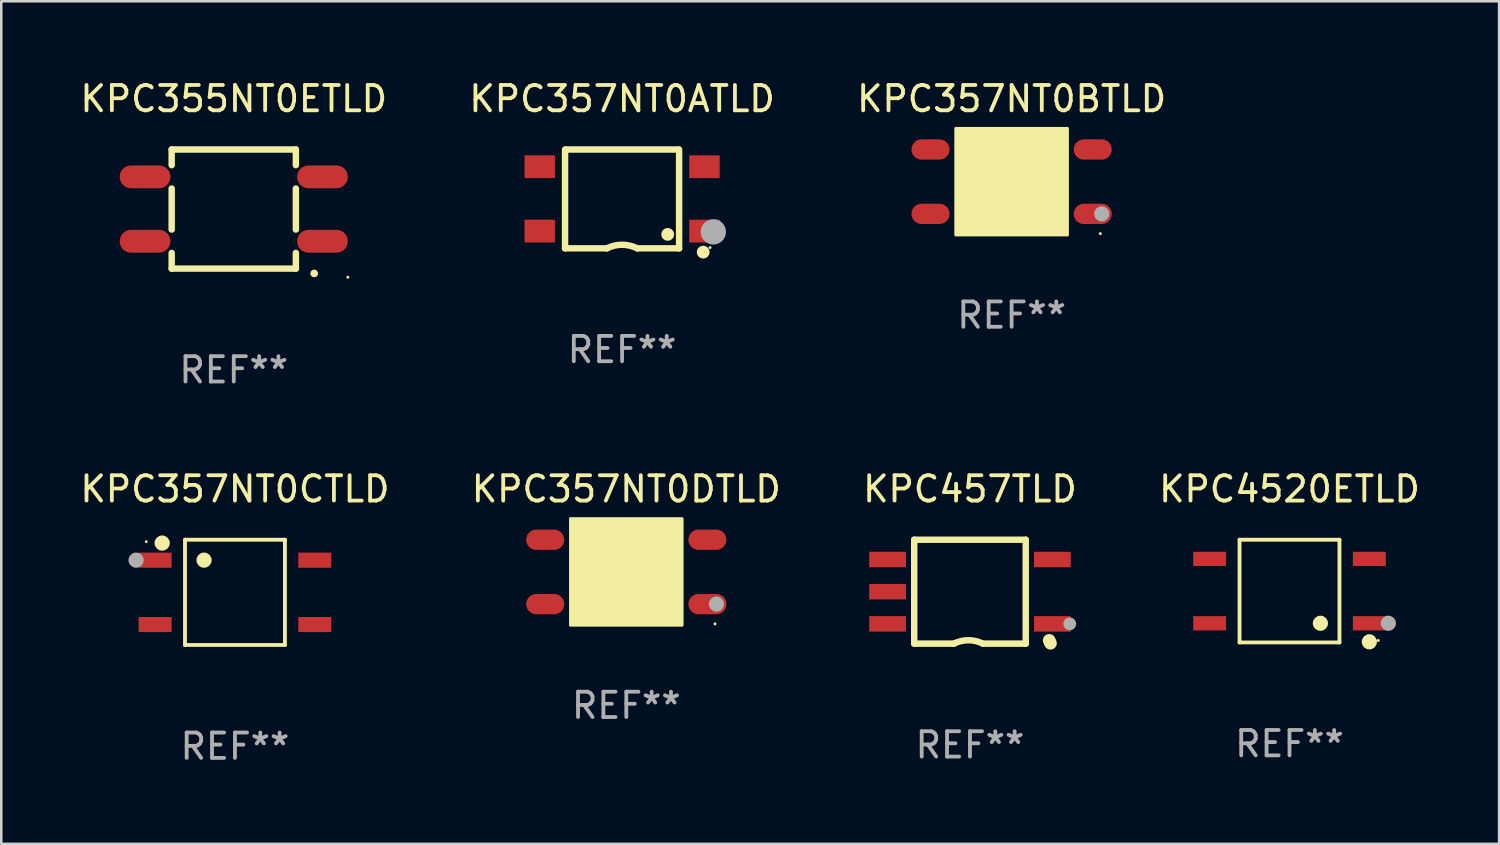
<source format=kicad_pcb>
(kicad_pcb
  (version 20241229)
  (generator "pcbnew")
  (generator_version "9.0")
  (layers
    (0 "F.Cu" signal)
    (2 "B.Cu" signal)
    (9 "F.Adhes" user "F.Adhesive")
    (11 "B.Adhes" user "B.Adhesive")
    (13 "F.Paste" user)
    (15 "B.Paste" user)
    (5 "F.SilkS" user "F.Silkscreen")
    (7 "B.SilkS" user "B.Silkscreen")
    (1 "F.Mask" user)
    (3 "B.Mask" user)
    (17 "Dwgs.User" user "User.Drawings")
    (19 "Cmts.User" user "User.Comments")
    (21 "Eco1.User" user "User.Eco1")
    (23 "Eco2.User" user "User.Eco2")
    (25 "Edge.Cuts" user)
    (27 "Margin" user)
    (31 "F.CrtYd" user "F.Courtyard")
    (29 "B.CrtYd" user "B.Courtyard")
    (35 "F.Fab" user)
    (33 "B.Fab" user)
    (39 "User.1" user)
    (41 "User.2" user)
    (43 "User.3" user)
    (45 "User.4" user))
  (footprint "KPC457TLD"
    (layer "F.Cu")
    (at 35.22 20.295)
    (property "Reference" "KPC457TLD" (at 0 -4.05 0) (layer "F.SilkS") (effects (font (size 1 1) (thickness 0.15))))
    (attr through_hole)
    (fp_line (start -2.2 -2.05) (end 2.2 -2.05) (stroke (width 0.254) (type solid)) (layer "F.SilkS"))
    (fp_line (start -2.2 2.05) (end -2.2 -2.05) (stroke (width 0.254) (type solid)) (layer "F.SilkS"))
    (fp_line (start -2.2 2.05) (end -0.635 2.05) (stroke (width 0.254) (type solid)) (layer "F.SilkS"))
    (fp_line (start 2.2 -2.05) (end 2.2 2.05) (stroke (width 0.254) (type solid)) (layer "F.SilkS"))
    (fp_line (start 2.2 2.05) (end 0.508 2.05) (stroke (width 0.254) (type solid)) (layer "F.SilkS"))
    (fp_arc (start -0.635052 2.049987) (mid -0.062965 1.914796) (end 0.509169 2.049784) (stroke (width 0.254001) (type solid)) (layer "F.SilkS"))
    (fp_circle (center 3.127 1.923) (end 3.254 1.923) (stroke (width 0.254) (type solid)) (fill no) (layer "F.SilkS"))
    (fp_circle (center 3.175 2.032) (end 3.302 2.032) (stroke (width 0.254) (type solid)) (fill no) (layer "F.SilkS"))
    (fp_circle (center 3.937 1.27) (end 4.064 1.27) (stroke (width 0.254) (type solid)) (fill no) (layer "F.Fab"))
    (fp_text user "REF**" (at 0 6.05 0) (layer "F.Fab") (effects (font (size 1 1) (thickness 0.15))))
    (pad "1" smd rect (at 3.25 1.27 180) (size 1.45 0.61) (layers "F.Cu" "F.Mask" "F.Paste"))
    (pad "3" smd rect (at 3.25 -1.27 180) (size 1.45 0.61) (layers "F.Cu" "F.Mask" "F.Paste"))
    (pad "4" smd rect (at -3.25 -1.27 180) (size 1.45 0.61) (layers "F.Cu" "F.Mask" "F.Paste"))
    (pad "5" smd rect (at -3.25 0 180) (size 1.45 0.61) (layers "F.Cu" "F.Mask" "F.Paste"))
    (pad "6" smd rect (at -3.25 1.27 180) (size 1.45 0.61) (layers "F.Cu" "F.Mask" "F.Paste")))
  (footprint "KPC355NT0ETLD"
    (layer "F.Cu")
    (at 6.173 5.198)
    (property "Reference" "KPC355NT0ETLD" (at 0 -4.35 0) (layer "F.SilkS") (effects (font (size 1 1) (thickness 0.15))))
    (attr through_hole)
    (fp_line (start -2.45 -2.35) (end 2.45 -2.35) (stroke (width 0.254) (type solid)) (layer "F.SilkS"))
    (fp_line (start -2.45 -1.731) (end -2.45 -2.35) (stroke (width 0.254) (type solid)) (layer "F.SilkS"))
    (fp_line (start -2.45 0.809) (end -2.45 -0.809) (stroke (width 0.254) (type solid)) (layer "F.SilkS"))
    (fp_line (start -2.45 2.35) (end -2.45 1.731) (stroke (width 0.254) (type solid)) (layer "F.SilkS"))
    (fp_line (start -2.45 2.35) (end 2.45 2.35) (stroke (width 0.254) (type solid)) (layer "F.SilkS"))
    (fp_line (start 2.45 -1.731) (end 2.45 -2.35) (stroke (width 0.254) (type solid)) (layer "F.SilkS"))
    (fp_line (start 2.45 0.809) (end 2.45 -0.809) (stroke (width 0.254) (type solid)) (layer "F.SilkS"))
    (fp_line (start 2.45 2.35) (end 2.45 1.731) (stroke (width 0.254) (type solid)) (layer "F.SilkS"))
    (fp_arc (start 3.172339 2.540005) (mid 3.173609 2.54) (end 3.174879 2.540005) (stroke (width 0.3) (type solid)) (layer "F.SilkS"))
    (fp_circle (center 4.5 2.69) (end 4.53 2.69) (stroke (width 0.06) (type solid)) (fill no) (layer "F.SilkS"))
    (fp_text user "REF**" (at 0 6.35 0) (layer "F.Fab") (effects (font (size 1 1) (thickness 0.15))))
    (pad "1" smd oval (at 3.5 1.27 270) (size 0.9 2) (layers "F.Cu" "F.Mask" "F.Paste"))
    (pad "2" smd oval (at 3.5 -1.27 270) (size 0.9 2) (layers "F.Cu" "F.Mask" "F.Paste"))
    (pad "3" smd oval (at -3.5 -1.27 270) (size 0.9 2) (layers "F.Cu" "F.Mask" "F.Paste"))
    (pad "4" smd oval (at -3.5 1.27 270) (size 0.9 2) (layers "F.Cu" "F.Mask" "F.Paste")))
  (footprint "KPC357NT0BTLD"
    (layer "F.Cu")
    (at 36.863 4.118)
    (property "Reference" "KPC357NT0BTLD" (at 0 -3.27 0) (layer "F.SilkS") (effects (font (size 1 1) (thickness 0.15))))
    (attr through_hole)
    (fp_arc (start 0.896647 1.501168) (mid 0.897917 1.501164) (end 0.899187 1.501168) (stroke (width 0.4) (type solid)) (layer "F.SilkS"))
    (fp_circle (center 3.5 2.05) (end 3.53 2.05) (stroke (width 0.06) (type solid)) (fill no) (layer "F.SilkS"))
    (fp_poly (pts (xy -2.2 -2.1) (xy 2.2 -2.1) (xy 2.2 2.1) (xy -2.2 2.1)) (stroke (width 0.12) (type solid)) (fill yes) (layer "F.SilkS"))
    (fp_circle (center 3.556 1.27) (end 3.706 1.27) (stroke (width 0.3) (type solid)) (fill no) (layer "F.Fab"))
    (fp_text user "REF**" (at 0 5.27 0) (layer "F.Fab") (effects (font (size 1 1) (thickness 0.15))))
    (pad "1" smd oval (at 3.2 1.27 270) (size 0.8 1.5) (layers "F.Cu" "F.Mask" "F.Paste"))
    (pad "2" smd oval (at 3.2 -1.27 270) (size 0.8 1.5) (layers "F.Cu" "F.Mask" "F.Paste"))
    (pad "3" smd oval (at -3.2 -1.27 270) (size 0.8 1.5) (layers "F.Cu" "F.Mask" "F.Paste"))
    (pad "4" smd oval (at -3.2 1.27 270) (size 0.8 1.5) (layers "F.Cu" "F.Mask" "F.Paste")))
  (footprint "KPC357NT0DTLD"
    (layer "F.Cu")
    (at 21.661 19.515)
    (property "Reference" "KPC357NT0DTLD" (at 0 -3.27 0) (layer "F.SilkS") (effects (font (size 1 1) (thickness 0.15))))
    (attr through_hole)
    (fp_arc (start 0.896647 1.501168) (mid 0.897917 1.501164) (end 0.899187 1.501168) (stroke (width 0.4) (type solid)) (layer "F.SilkS"))
    (fp_circle (center 3.5 2.05) (end 3.53 2.05) (stroke (width 0.06) (type solid)) (fill no) (layer "F.SilkS"))
    (fp_poly (pts (xy -2.2 -2.1) (xy 2.2 -2.1) (xy 2.2 2.1) (xy -2.2 2.1)) (stroke (width 0.12) (type solid)) (fill yes) (layer "F.SilkS"))
    (fp_circle (center 3.556 1.27) (end 3.706 1.27) (stroke (width 0.3) (type solid)) (fill no) (layer "F.Fab"))
    (fp_text user "REF**" (at 0 5.27 0) (layer "F.Fab") (effects (font (size 1 1) (thickness 0.15))))
    (pad "1" smd oval (at 3.2 1.27 270) (size 0.8 1.5) (layers "F.Cu" "F.Mask" "F.Paste"))
    (pad "2" smd oval (at 3.2 -1.27 270) (size 0.8 1.5) (layers "F.Cu" "F.Mask" "F.Paste"))
    (pad "3" smd oval (at -3.2 -1.27 270) (size 0.8 1.5) (layers "F.Cu" "F.Mask" "F.Paste"))
    (pad "4" smd oval (at -3.2 1.27 270) (size 0.8 1.5) (layers "F.Cu" "F.Mask" "F.Paste")))
  (footprint "KPC4520ETLD"
    (layer "F.Cu")
    (at 47.827 20.271)
    (property "Reference" "KPC4520ETLD" (at 0 -4.026 0) (layer "F.SilkS") (effects (font (size 1 1) (thickness 0.15))))
    (attr through_hole)
    (fp_line (start -1.971 -2.026) (end 1.971 -2.026) (stroke (width 0.152) (type solid)) (layer "F.SilkS"))
    (fp_line (start -1.971 2.026) (end -1.971 -2.026) (stroke (width 0.152) (type solid)) (layer "F.SilkS"))
    (fp_line (start 1.971 -2.026) (end 1.971 2.026) (stroke (width 0.152) (type solid)) (layer "F.SilkS"))
    (fp_line (start 1.971 2.026) (end -1.971 2.026) (stroke (width 0.152) (type solid)) (layer "F.SilkS"))
    (fp_circle (center 1.219 1.27) (end 1.369 1.27) (stroke (width 0.3) (type solid)) (fill no) (layer "F.SilkS"))
    (fp_circle (center 3.15 2.002) (end 3.3 2.002) (stroke (width 0.3) (type solid)) (fill no) (layer "F.SilkS"))
    (fp_circle (center 3.5 1.95) (end 3.53 1.95) (stroke (width 0.06) (type solid)) (fill no) (layer "F.SilkS"))
    (fp_circle (center 3.9 1.27) (end 4.05 1.27) (stroke (width 0.3) (type solid)) (fill no) (layer "F.Fab"))
    (fp_text user "REF**" (at 0 6.026 0) (layer "F.Fab") (effects (font (size 1 1) (thickness 0.15))))
    (pad "1" smd rect (at 3.15 1.27 90) (size 0.56 1.3) (layers "F.Cu" "F.Mask" "F.Paste"))
    (pad "2" smd rect (at 3.15 -1.27 90) (size 0.56 1.3) (layers "F.Cu" "F.Mask" "F.Paste"))
    (pad "3" smd rect (at -3.15 -1.27 90) (size 0.56 1.3) (layers "F.Cu" "F.Mask" "F.Paste"))
    (pad "4" smd rect (at -3.15 1.27 90) (size 0.56 1.3) (layers "F.Cu" "F.Mask" "F.Paste")))
  (footprint "KPC357NT0CTLD"
    (layer "F.Cu")
    (at 6.22 20.321)
    (property "Reference" "KPC357NT0CTLD" (at 0 -4.076 0) (layer "F.SilkS") (effects (font (size 1 1) (thickness 0.15))))
    (attr through_hole)
    (fp_line (start -1.971 -2.076) (end 1.971 -2.076) (stroke (width 0.152) (type solid)) (layer "F.SilkS"))
    (fp_line (start -1.971 2.076) (end -1.971 -2.076) (stroke (width 0.152) (type solid)) (layer "F.SilkS"))
    (fp_line (start 1.971 -2.076) (end 1.971 2.076) (stroke (width 0.152) (type solid)) (layer "F.SilkS"))
    (fp_line (start 1.971 2.076) (end -1.971 2.076) (stroke (width 0.152) (type solid)) (layer "F.SilkS"))
    (fp_circle (center -3.5 -2) (end -3.47 -2) (stroke (width 0.06) (type solid)) (fill no) (layer "F.SilkS"))
    (fp_circle (center -2.871 -1.944) (end -2.72 -1.944) (stroke (width 0.3) (type solid)) (fill no) (layer "F.SilkS"))
    (fp_circle (center -1.219 -1.27) (end -1.069 -1.27) (stroke (width 0.3) (type solid)) (fill no) (layer "F.SilkS"))
    (fp_circle (center -3.9 -1.27) (end -3.75 -1.27) (stroke (width 0.3) (type solid)) (fill no) (layer "F.Fab"))
    (fp_text user "REF**" (at 0 6.076 0) (layer "F.Fab") (effects (font (size 1 1) (thickness 0.15))))
    (pad "1" smd rect (at -3.15 -1.27 270) (size 0.595 1.3) (layers "F.Cu" "F.Mask" "F.Paste"))
    (pad "2" smd rect (at -3.15 1.27 270) (size 0.595 1.3) (layers "F.Cu" "F.Mask" "F.Paste"))
    (pad "3" smd rect (at 3.15 1.27 270) (size 0.595 1.3) (layers "F.Cu" "F.Mask" "F.Paste"))
    (pad "4" smd rect (at 3.15 -1.27 270) (size 0.595 1.3) (layers "F.Cu" "F.Mask" "F.Paste")))
  (footprint "KPC357NT0ATLD"
    (layer "F.Cu")
    (at 21.494 4.798)
    (property "Reference" "KPC357NT0ATLD" (at 0 -3.95 0) (layer "F.SilkS") (effects (font (size 1 1) (thickness 0.15))))
    (attr through_hole)
    (fp_line (start -2.25 1.95) (end -2.25 -1.95) (stroke (width 0.254) (type solid)) (layer "F.SilkS"))
    (fp_line (start -2.25 1.95) (end -0.6 1.95) (stroke (width 0.254) (type solid)) (layer "F.SilkS"))
    (fp_line (start -2.2 -1.95) (end 2.2 -1.95) (stroke (width 0.254) (type solid)) (layer "F.SilkS"))
    (fp_line (start 2.25 -1.95) (end 2.25 1.95) (stroke (width 0.254) (type solid)) (layer "F.SilkS"))
    (fp_line (start 2.25 1.95) (end 0.6 1.95) (stroke (width 0.254) (type solid)) (layer "F.SilkS"))
    (fp_arc (start -0.6 1.949962) (mid -0.00019 1.808889) (end 0.599441 1.950724) (stroke (width 0.254001) (type solid)) (layer "F.SilkS"))
    (fp_circle (center 1.8 1.4) (end 1.927 1.4) (stroke (width 0.254) (type solid)) (fill no) (layer "F.SilkS"))
    (fp_circle (center 3.2 2.1) (end 3.327 2.1) (stroke (width 0.254) (type solid)) (fill no) (layer "F.SilkS"))
    (fp_circle (center 3.47 1.92) (end 3.5 1.92) (stroke (width 0.06) (type solid)) (fill no) (layer "F.SilkS"))
    (fp_circle (center 3.6 1.3) (end 3.85 1.3) (stroke (width 0.5) (type solid)) (fill no) (layer "F.Fab"))
    (fp_text user "REF**" (at 0 5.95 0) (layer "F.Fab") (effects (font (size 1 1) (thickness 0.15))))
    (pad "1" smd rect (at 3.25 1.27 180) (size 1.199 0.9) (layers "F.Cu" "F.Mask" "F.Paste"))
    (pad "2" smd rect (at 3.25 -1.27 180) (size 1.199 0.9) (layers "F.Cu" "F.Mask" "F.Paste"))
    (pad "3" smd rect (at -3.25 -1.27 180) (size 1.199 0.9) (layers "F.Cu" "F.Mask" "F.Paste"))
    (pad "4" smd rect (at -3.25 1.27 180) (size 1.199 0.9) (layers "F.Cu" "F.Mask" "F.Paste")))
  (gr_rect
    (start -3 -3)
    (end 56.095 30.245)
    (stroke (width 0.1) (type default))
    (fill no)
    (layer "Edge.Cuts")))
</source>
